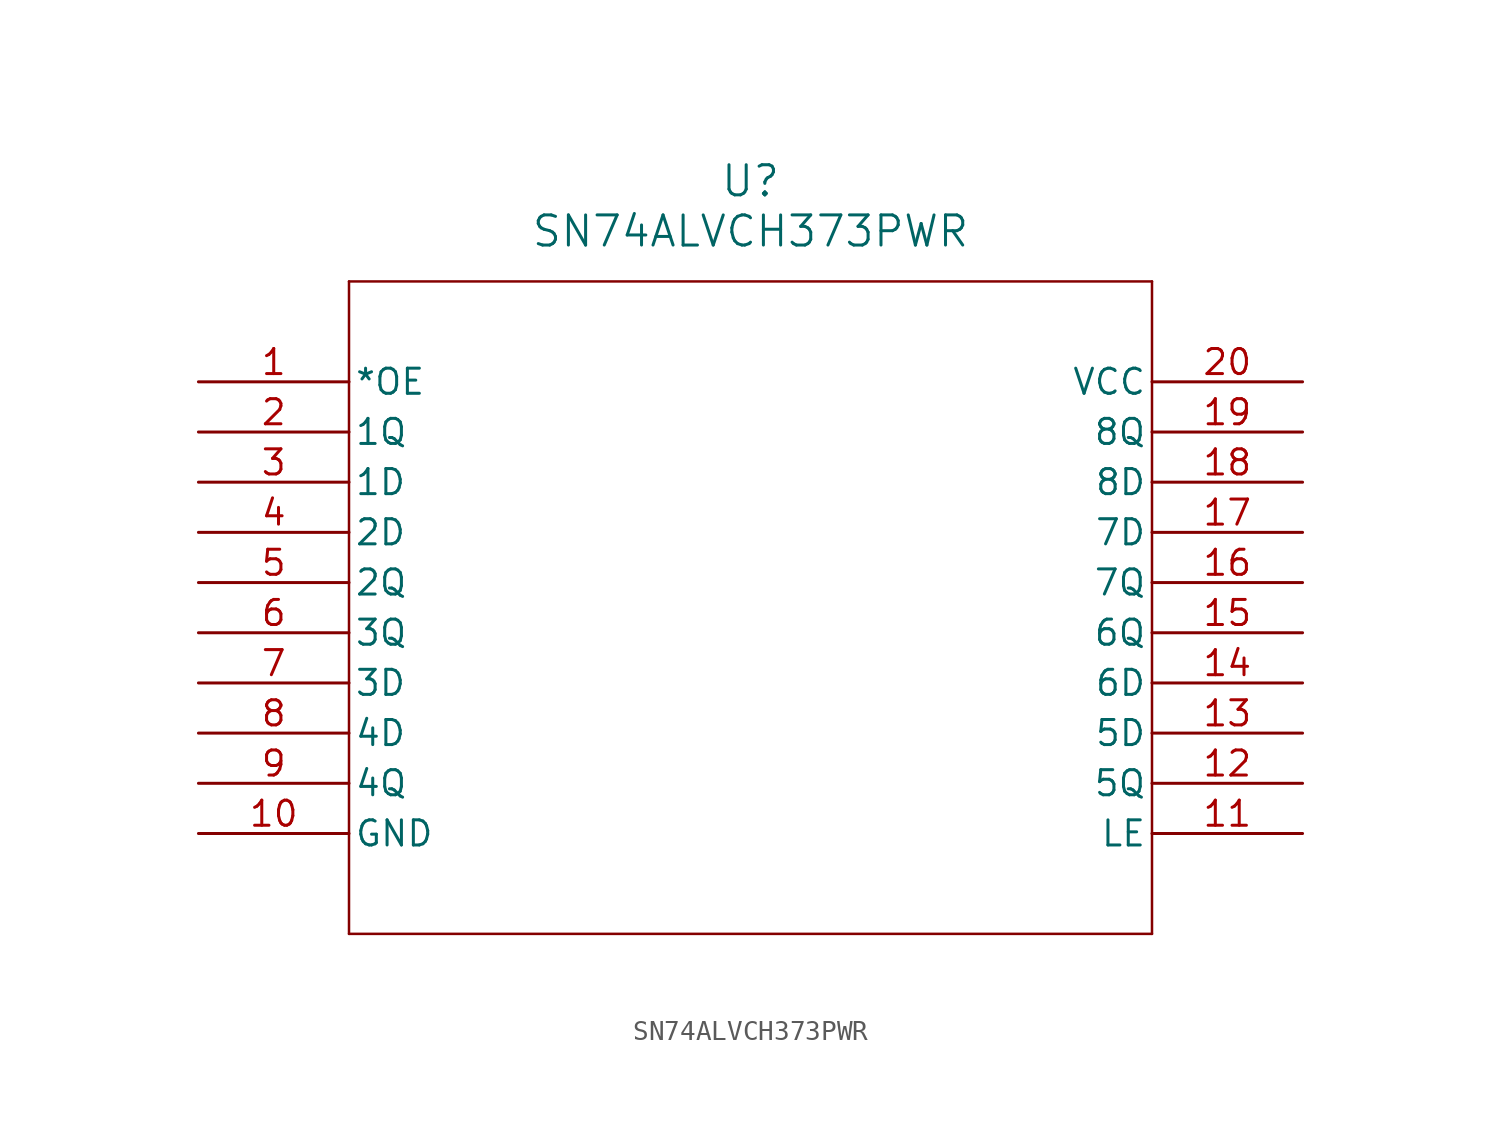
<source format=kicad_sym>
(kicad_symbol_lib
  (version 20211014)
  (generator kicad_symbol_editor)
  (symbol "SN74ALVCH373PWR"
    (pin_names
      (offset 0.254))
    (property "Reference" "U"
      (at 27.94 10.16 0)
      (effects (font (size 1.524 1.524))))
    (property "Value" "SN74ALVCH373PWR"
      (at 27.94 7.62 0)
      (effects (font (size 1.524 1.524))))
    (symbol "SN74ALVCH373PWR_0_1"
      (polyline (pts (xy 7.62 5.08) (xy 7.62 -27.94)) (stroke (width 0.127) (type default) (color 0 0 0 0)) (fill (type none)))
      (polyline (pts (xy 7.62 -27.94) (xy 48.26 -27.94)) (stroke (width 0.127) (type default) (color 0 0 0 0)) (fill (type none)))
      (polyline (pts (xy 48.26 -27.94) (xy 48.26 5.08)) (stroke (width 0.127) (type default) (color 0 0 0 0)) (fill (type none)))
      (polyline (pts (xy 48.26 5.08) (xy 7.62 5.08)) (stroke (width 0.127) (type default) (color 0 0 0 0)) (fill (type none)))
      (pin input line (at 0 0 0) (length 7.62) (name "*OE" (effects (font (size 1.27 1.27)))) (number "1" (effects (font (size 1.27 1.27)))))
      (pin output line (at 0 -2.54 0) (length 7.62) (name "1Q" (effects (font (size 1.27 1.27)))) (number "2" (effects (font (size 1.27 1.27)))))
      (pin input line (at 0 -5.08 0) (length 7.62) (name "1D" (effects (font (size 1.27 1.27)))) (number "3" (effects (font (size 1.27 1.27)))))
      (pin input line (at 0 -7.62 0) (length 7.62) (name "2D" (effects (font (size 1.27 1.27)))) (number "4" (effects (font (size 1.27 1.27)))))
      (pin output line (at 0 -10.16 0) (length 7.62) (name "2Q" (effects (font (size 1.27 1.27)))) (number "5" (effects (font (size 1.27 1.27)))))
      (pin output line (at 0 -12.7 0) (length 7.62) (name "3Q" (effects (font (size 1.27 1.27)))) (number "6" (effects (font (size 1.27 1.27)))))
      (pin input line (at 0 -15.24 0) (length 7.62) (name "3D" (effects (font (size 1.27 1.27)))) (number "7" (effects (font (size 1.27 1.27)))))
      (pin input line (at 0 -17.78 0) (length 7.62) (name "4D" (effects (font (size 1.27 1.27)))) (number "8" (effects (font (size 1.27 1.27)))))
      (pin output line (at 0 -20.32 0) (length 7.62) (name "4Q" (effects (font (size 1.27 1.27)))) (number "9" (effects (font (size 1.27 1.27)))))
      (pin power_in line (at 0 -22.86 0) (length 7.62) (name "GND" (effects (font (size 1.27 1.27)))) (number "10" (effects (font (size 1.27 1.27)))))
      (pin input line (at 55.88 -22.86 180) (length 7.62) (name "LE" (effects (font (size 1.27 1.27)))) (number "11" (effects (font (size 1.27 1.27)))))
      (pin output line (at 55.88 -20.32 180) (length 7.62) (name "5Q" (effects (font (size 1.27 1.27)))) (number "12" (effects (font (size 1.27 1.27)))))
      (pin input line (at 55.88 -17.78 180) (length 7.62) (name "5D" (effects (font (size 1.27 1.27)))) (number "13" (effects (font (size 1.27 1.27)))))
      (pin input line (at 55.88 -15.24 180) (length 7.62) (name "6D" (effects (font (size 1.27 1.27)))) (number "14" (effects (font (size 1.27 1.27)))))
      (pin output line (at 55.88 -12.7 180) (length 7.62) (name "6Q" (effects (font (size 1.27 1.27)))) (number "15" (effects (font (size 1.27 1.27)))))
      (pin output line (at 55.88 -10.16 180) (length 7.62) (name "7Q" (effects (font (size 1.27 1.27)))) (number "16" (effects (font (size 1.27 1.27)))))
      (pin input line (at 55.88 -7.62 180) (length 7.62) (name "7D" (effects (font (size 1.27 1.27)))) (number "17" (effects (font (size 1.27 1.27)))))
      (pin input line (at 55.88 -5.08 180) (length 7.62) (name "8D" (effects (font (size 1.27 1.27)))) (number "18" (effects (font (size 1.27 1.27)))))
      (pin output line (at 55.88 -2.54 180) (length 7.62) (name "8Q" (effects (font (size 1.27 1.27)))) (number "19" (effects (font (size 1.27 1.27)))))
      (pin power_in line (at 55.88 0 180) (length 7.62) (name "VCC" (effects (font (size 1.27 1.27)))) (number "20" (effects (font (size 1.27 1.27))))))))
</source>
